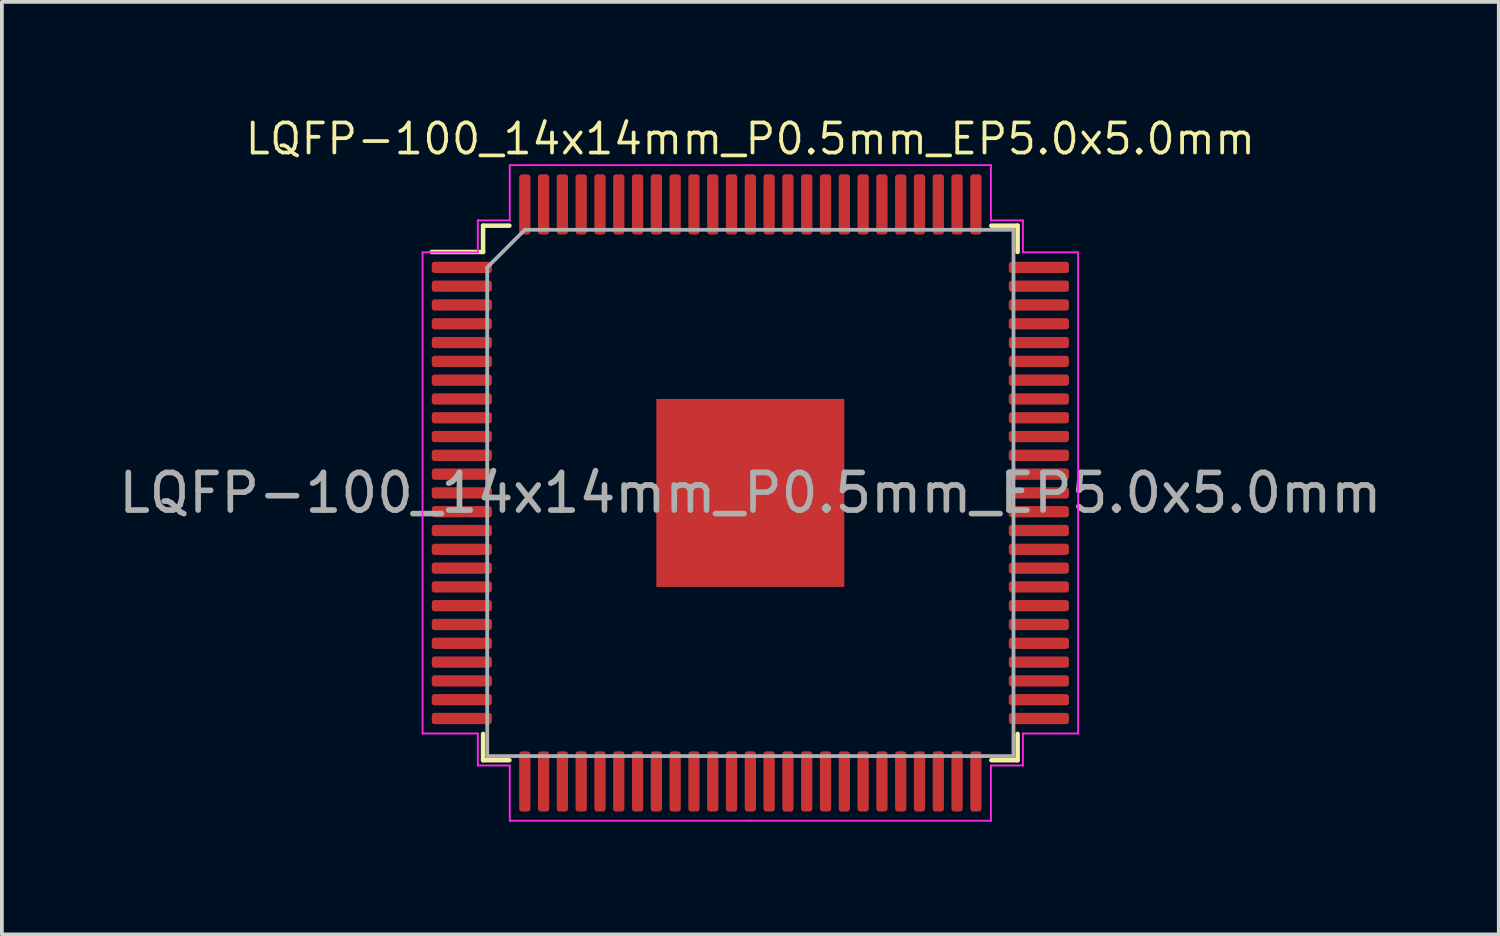
<source format=kicad_pcb>
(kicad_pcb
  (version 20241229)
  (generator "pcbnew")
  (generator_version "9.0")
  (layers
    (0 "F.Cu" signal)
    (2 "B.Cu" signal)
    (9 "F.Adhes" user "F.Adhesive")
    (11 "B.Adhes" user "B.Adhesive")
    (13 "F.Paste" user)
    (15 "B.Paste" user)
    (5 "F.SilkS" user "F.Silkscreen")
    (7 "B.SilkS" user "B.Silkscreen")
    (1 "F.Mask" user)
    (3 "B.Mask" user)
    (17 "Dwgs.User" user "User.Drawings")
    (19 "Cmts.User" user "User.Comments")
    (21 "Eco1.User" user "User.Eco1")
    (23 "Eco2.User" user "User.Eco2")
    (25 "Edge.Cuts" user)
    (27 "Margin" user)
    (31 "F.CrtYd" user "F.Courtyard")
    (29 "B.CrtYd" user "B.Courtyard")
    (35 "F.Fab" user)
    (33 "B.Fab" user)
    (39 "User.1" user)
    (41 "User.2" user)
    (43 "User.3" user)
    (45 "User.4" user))
  (footprint "LQFP-100_14x14mm_P0.5mm_EP5.0x5.0mm"
    (layer "F.Cu")
    (at 16.911 10.063)
    (property "Reference" "LQFP-100_14x14mm_P0.5mm_EP5.0x5.0mm" (at 0 -9.42 0) (unlocked yes) (layer "F.SilkS") (effects (font (size 0.8 0.8) (thickness 0.1))))
    (attr smd)
    (fp_line (start -7.11 -7.11) (end -7.11 -6.41) (stroke (width 0.12) (type solid)) (layer "F.SilkS"))
    (fp_line (start -7.11 -6.41) (end -8.475 -6.41) (stroke (width 0.12) (type solid)) (layer "F.SilkS"))
    (fp_line (start -7.11 7.11) (end -7.11 6.41) (stroke (width 0.12) (type solid)) (layer "F.SilkS"))
    (fp_line (start -6.41 -7.11) (end -7.11 -7.11) (stroke (width 0.12) (type solid)) (layer "F.SilkS"))
    (fp_line (start -6.41 7.11) (end -7.11 7.11) (stroke (width 0.12) (type solid)) (layer "F.SilkS"))
    (fp_line (start 6.41 -7.11) (end 7.11 -7.11) (stroke (width 0.12) (type solid)) (layer "F.SilkS"))
    (fp_line (start 6.41 7.11) (end 7.11 7.11) (stroke (width 0.12) (type solid)) (layer "F.SilkS"))
    (fp_line (start 7.11 -7.11) (end 7.11 -6.41) (stroke (width 0.12) (type solid)) (layer "F.SilkS"))
    (fp_line (start 7.11 7.11) (end 7.11 6.41) (stroke (width 0.12) (type solid)) (layer "F.SilkS"))
    (fp_line (start -8.72 -6.4) (end -8.72 0) (stroke (width 0.05) (type solid)) (layer "F.CrtYd"))
    (fp_line (start -8.72 6.4) (end -8.72 0) (stroke (width 0.05) (type solid)) (layer "F.CrtYd"))
    (fp_line (start -7.25 -7.25) (end -7.25 -6.4) (stroke (width 0.05) (type solid)) (layer "F.CrtYd"))
    (fp_line (start -7.25 -6.4) (end -8.72 -6.4) (stroke (width 0.05) (type solid)) (layer "F.CrtYd"))
    (fp_line (start -7.25 6.4) (end -8.72 6.4) (stroke (width 0.05) (type solid)) (layer "F.CrtYd"))
    (fp_line (start -7.25 7.25) (end -7.25 6.4) (stroke (width 0.05) (type solid)) (layer "F.CrtYd"))
    (fp_line (start -6.4 -8.72) (end -6.4 -7.25) (stroke (width 0.05) (type solid)) (layer "F.CrtYd"))
    (fp_line (start -6.4 -7.25) (end -7.25 -7.25) (stroke (width 0.05) (type solid)) (layer "F.CrtYd"))
    (fp_line (start -6.4 7.25) (end -7.25 7.25) (stroke (width 0.05) (type solid)) (layer "F.CrtYd"))
    (fp_line (start -6.4 8.72) (end -6.4 7.25) (stroke (width 0.05) (type solid)) (layer "F.CrtYd"))
    (fp_line (start 0 -8.72) (end -6.4 -8.72) (stroke (width 0.05) (type solid)) (layer "F.CrtYd"))
    (fp_line (start 0 -8.72) (end 6.4 -8.72) (stroke (width 0.05) (type solid)) (layer "F.CrtYd"))
    (fp_line (start 0 8.72) (end -6.4 8.72) (stroke (width 0.05) (type solid)) (layer "F.CrtYd"))
    (fp_line (start 0 8.72) (end 6.4 8.72) (stroke (width 0.05) (type solid)) (layer "F.CrtYd"))
    (fp_line (start 6.4 -8.72) (end 6.4 -7.25) (stroke (width 0.05) (type solid)) (layer "F.CrtYd"))
    (fp_line (start 6.4 -7.25) (end 7.25 -7.25) (stroke (width 0.05) (type solid)) (layer "F.CrtYd"))
    (fp_line (start 6.4 7.25) (end 7.25 7.25) (stroke (width 0.05) (type solid)) (layer "F.CrtYd"))
    (fp_line (start 6.4 8.72) (end 6.4 7.25) (stroke (width 0.05) (type solid)) (layer "F.CrtYd"))
    (fp_line (start 7.25 -7.25) (end 7.25 -6.4) (stroke (width 0.05) (type solid)) (layer "F.CrtYd"))
    (fp_line (start 7.25 -6.4) (end 8.72 -6.4) (stroke (width 0.05) (type solid)) (layer "F.CrtYd"))
    (fp_line (start 7.25 6.4) (end 8.72 6.4) (stroke (width 0.05) (type solid)) (layer "F.CrtYd"))
    (fp_line (start 7.25 7.25) (end 7.25 6.4) (stroke (width 0.05) (type solid)) (layer "F.CrtYd"))
    (fp_line (start 8.72 -6.4) (end 8.72 0) (stroke (width 0.05) (type solid)) (layer "F.CrtYd"))
    (fp_line (start 8.72 6.4) (end 8.72 0) (stroke (width 0.05) (type solid)) (layer "F.CrtYd"))
    (fp_line (start -7 -6) (end -6 -7) (stroke (width 0.1) (type solid)) (layer "F.Fab"))
    (fp_line (start -7 7) (end -7 -6) (stroke (width 0.1) (type solid)) (layer "F.Fab"))
    (fp_line (start -6 -7) (end 7 -7) (stroke (width 0.1) (type solid)) (layer "F.Fab"))
    (fp_line (start 7 -7) (end 7 7) (stroke (width 0.1) (type solid)) (layer "F.Fab"))
    (fp_line (start 7 7) (end -7 7) (stroke (width 0.1) (type solid)) (layer "F.Fab"))
    (fp_text user "${REFERENCE}" (at 0 0 0) (layer "F.Fab") (effects (font (size 1 1) (thickness 0.15))))
    (pad "" smd roundrect (at -1.7 -1.7) (size 1.13 1.13) (layers "F.Paste") (roundrect_rratio 0.221))
    (pad "" smd roundrect (at -1.7 0) (size 1.13 1.13) (layers "F.Paste") (roundrect_rratio 0.221))
    (pad "" smd roundrect (at -1.7 1.7) (size 1.13 1.13) (layers "F.Paste") (roundrect_rratio 0.221))
    (pad "" smd roundrect (at 0 -1.7) (size 1.13 1.13) (layers "F.Paste") (roundrect_rratio 0.221))
    (pad "" smd roundrect (at 0 0) (size 1.13 1.13) (layers "F.Paste") (roundrect_rratio 0.221))
    (pad "" smd roundrect (at 0 1.7) (size 1.13 1.13) (layers "F.Paste") (roundrect_rratio 0.221))
    (pad "" smd roundrect (at 1.7 -1.7) (size 1.13 1.13) (layers "F.Paste") (roundrect_rratio 0.221))
    (pad "" smd roundrect (at 1.7 0) (size 1.13 1.13) (layers "F.Paste") (roundrect_rratio 0.221))
    (pad "" smd roundrect (at 1.7 1.7) (size 1.13 1.13) (layers "F.Paste") (roundrect_rratio 0.221))
    (pad "1" smd roundrect (at -7.675 -6) (size 1.6 0.3) (layers "F.Cu" "F.Mask" "F.Paste") (roundrect_rratio 0.25))
    (pad "2" smd roundrect (at -7.675 -5.5) (size 1.6 0.3) (layers "F.Cu" "F.Mask" "F.Paste") (roundrect_rratio 0.25))
    (pad "3" smd roundrect (at -7.675 -5) (size 1.6 0.3) (layers "F.Cu" "F.Mask" "F.Paste") (roundrect_rratio 0.25))
    (pad "4" smd roundrect (at -7.675 -4.5) (size 1.6 0.3) (layers "F.Cu" "F.Mask" "F.Paste") (roundrect_rratio 0.25))
    (pad "5" smd roundrect (at -7.675 -4) (size 1.6 0.3) (layers "F.Cu" "F.Mask" "F.Paste") (roundrect_rratio 0.25))
    (pad "6" smd roundrect (at -7.675 -3.5) (size 1.6 0.3) (layers "F.Cu" "F.Mask" "F.Paste") (roundrect_rratio 0.25))
    (pad "7" smd roundrect (at -7.675 -3) (size 1.6 0.3) (layers "F.Cu" "F.Mask" "F.Paste") (roundrect_rratio 0.25))
    (pad "8" smd roundrect (at -7.675 -2.5) (size 1.6 0.3) (layers "F.Cu" "F.Mask" "F.Paste") (roundrect_rratio 0.25))
    (pad "9" smd roundrect (at -7.675 -2) (size 1.6 0.3) (layers "F.Cu" "F.Mask" "F.Paste") (roundrect_rratio 0.25))
    (pad "10" smd roundrect (at -7.675 -1.5) (size 1.6 0.3) (layers "F.Cu" "F.Mask" "F.Paste") (roundrect_rratio 0.25))
    (pad "11" smd roundrect (at -7.675 -1) (size 1.6 0.3) (layers "F.Cu" "F.Mask" "F.Paste") (roundrect_rratio 0.25))
    (pad "12" smd roundrect (at -7.675 -0.5) (size 1.6 0.3) (layers "F.Cu" "F.Mask" "F.Paste") (roundrect_rratio 0.25))
    (pad "13" smd roundrect (at -7.675 0) (size 1.6 0.3) (layers "F.Cu" "F.Mask" "F.Paste") (roundrect_rratio 0.25))
    (pad "14" smd roundrect (at -7.675 0.5) (size 1.6 0.3) (layers "F.Cu" "F.Mask" "F.Paste") (roundrect_rratio 0.25))
    (pad "15" smd roundrect (at -7.675 1) (size 1.6 0.3) (layers "F.Cu" "F.Mask" "F.Paste") (roundrect_rratio 0.25))
    (pad "16" smd roundrect (at -7.675 1.5) (size 1.6 0.3) (layers "F.Cu" "F.Mask" "F.Paste") (roundrect_rratio 0.25))
    (pad "17" smd roundrect (at -7.675 2) (size 1.6 0.3) (layers "F.Cu" "F.Mask" "F.Paste") (roundrect_rratio 0.25))
    (pad "18" smd roundrect (at -7.675 2.5) (size 1.6 0.3) (layers "F.Cu" "F.Mask" "F.Paste") (roundrect_rratio 0.25))
    (pad "19" smd roundrect (at -7.675 3) (size 1.6 0.3) (layers "F.Cu" "F.Mask" "F.Paste") (roundrect_rratio 0.25))
    (pad "20" smd roundrect (at -7.675 3.5) (size 1.6 0.3) (layers "F.Cu" "F.Mask" "F.Paste") (roundrect_rratio 0.25))
    (pad "21" smd roundrect (at -7.675 4) (size 1.6 0.3) (layers "F.Cu" "F.Mask" "F.Paste") (roundrect_rratio 0.25))
    (pad "22" smd roundrect (at -7.675 4.5) (size 1.6 0.3) (layers "F.Cu" "F.Mask" "F.Paste") (roundrect_rratio 0.25))
    (pad "23" smd roundrect (at -7.675 5) (size 1.6 0.3) (layers "F.Cu" "F.Mask" "F.Paste") (roundrect_rratio 0.25))
    (pad "24" smd roundrect (at -7.675 5.5) (size 1.6 0.3) (layers "F.Cu" "F.Mask" "F.Paste") (roundrect_rratio 0.25))
    (pad "25" smd roundrect (at -7.675 6) (size 1.6 0.3) (layers "F.Cu" "F.Mask" "F.Paste") (roundrect_rratio 0.25))
    (pad "26" smd roundrect (at -6 7.675) (size 0.3 1.6) (layers "F.Cu" "F.Mask" "F.Paste") (roundrect_rratio 0.25))
    (pad "27" smd roundrect (at -5.5 7.675) (size 0.3 1.6) (layers "F.Cu" "F.Mask" "F.Paste") (roundrect_rratio 0.25))
    (pad "28" smd roundrect (at -5 7.675) (size 0.3 1.6) (layers "F.Cu" "F.Mask" "F.Paste") (roundrect_rratio 0.25))
    (pad "29" smd roundrect (at -4.5 7.675) (size 0.3 1.6) (layers "F.Cu" "F.Mask" "F.Paste") (roundrect_rratio 0.25))
    (pad "30" smd roundrect (at -4 7.675) (size 0.3 1.6) (layers "F.Cu" "F.Mask" "F.Paste") (roundrect_rratio 0.25))
    (pad "31" smd roundrect (at -3.5 7.675) (size 0.3 1.6) (layers "F.Cu" "F.Mask" "F.Paste") (roundrect_rratio 0.25))
    (pad "32" smd roundrect (at -3 7.675) (size 0.3 1.6) (layers "F.Cu" "F.Mask" "F.Paste") (roundrect_rratio 0.25))
    (pad "33" smd roundrect (at -2.5 7.675) (size 0.3 1.6) (layers "F.Cu" "F.Mask" "F.Paste") (roundrect_rratio 0.25))
    (pad "34" smd roundrect (at -2 7.675) (size 0.3 1.6) (layers "F.Cu" "F.Mask" "F.Paste") (roundrect_rratio 0.25))
    (pad "35" smd roundrect (at -1.5 7.675) (size 0.3 1.6) (layers "F.Cu" "F.Mask" "F.Paste") (roundrect_rratio 0.25))
    (pad "36" smd roundrect (at -1 7.675) (size 0.3 1.6) (layers "F.Cu" "F.Mask" "F.Paste") (roundrect_rratio 0.25))
    (pad "37" smd roundrect (at -0.5 7.675) (size 0.3 1.6) (layers "F.Cu" "F.Mask" "F.Paste") (roundrect_rratio 0.25))
    (pad "38" smd roundrect (at 0 7.675) (size 0.3 1.6) (layers "F.Cu" "F.Mask" "F.Paste") (roundrect_rratio 0.25))
    (pad "39" smd roundrect (at 0.5 7.675) (size 0.3 1.6) (layers "F.Cu" "F.Mask" "F.Paste") (roundrect_rratio 0.25))
    (pad "40" smd roundrect (at 1 7.675) (size 0.3 1.6) (layers "F.Cu" "F.Mask" "F.Paste") (roundrect_rratio 0.25))
    (pad "41" smd roundrect (at 1.5 7.675) (size 0.3 1.6) (layers "F.Cu" "F.Mask" "F.Paste") (roundrect_rratio 0.25))
    (pad "42" smd roundrect (at 2 7.675) (size 0.3 1.6) (layers "F.Cu" "F.Mask" "F.Paste") (roundrect_rratio 0.25))
    (pad "43" smd roundrect (at 2.5 7.675) (size 0.3 1.6) (layers "F.Cu" "F.Mask" "F.Paste") (roundrect_rratio 0.25))
    (pad "44" smd roundrect (at 3 7.675) (size 0.3 1.6) (layers "F.Cu" "F.Mask" "F.Paste") (roundrect_rratio 0.25))
    (pad "45" smd roundrect (at 3.5 7.675) (size 0.3 1.6) (layers "F.Cu" "F.Mask" "F.Paste") (roundrect_rratio 0.25))
    (pad "46" smd roundrect (at 4 7.675) (size 0.3 1.6) (layers "F.Cu" "F.Mask" "F.Paste") (roundrect_rratio 0.25))
    (pad "47" smd roundrect (at 4.5 7.675) (size 0.3 1.6) (layers "F.Cu" "F.Mask" "F.Paste") (roundrect_rratio 0.25))
    (pad "48" smd roundrect (at 5 7.675) (size 0.3 1.6) (layers "F.Cu" "F.Mask" "F.Paste") (roundrect_rratio 0.25))
    (pad "49" smd roundrect (at 5.5 7.675) (size 0.3 1.6) (layers "F.Cu" "F.Mask" "F.Paste") (roundrect_rratio 0.25))
    (pad "50" smd roundrect (at 6 7.675) (size 0.3 1.6) (layers "F.Cu" "F.Mask" "F.Paste") (roundrect_rratio 0.25))
    (pad "51" smd roundrect (at 7.675 6) (size 1.6 0.3) (layers "F.Cu" "F.Mask" "F.Paste") (roundrect_rratio 0.25))
    (pad "52" smd roundrect (at 7.675 5.5) (size 1.6 0.3) (layers "F.Cu" "F.Mask" "F.Paste") (roundrect_rratio 0.25))
    (pad "53" smd roundrect (at 7.675 5) (size 1.6 0.3) (layers "F.Cu" "F.Mask" "F.Paste") (roundrect_rratio 0.25))
    (pad "54" smd roundrect (at 7.675 4.5) (size 1.6 0.3) (layers "F.Cu" "F.Mask" "F.Paste") (roundrect_rratio 0.25))
    (pad "55" smd roundrect (at 7.675 4) (size 1.6 0.3) (layers "F.Cu" "F.Mask" "F.Paste") (roundrect_rratio 0.25))
    (pad "56" smd roundrect (at 7.675 3.5) (size 1.6 0.3) (layers "F.Cu" "F.Mask" "F.Paste") (roundrect_rratio 0.25))
    (pad "57" smd roundrect (at 7.675 3) (size 1.6 0.3) (layers "F.Cu" "F.Mask" "F.Paste") (roundrect_rratio 0.25))
    (pad "58" smd roundrect (at 7.675 2.5) (size 1.6 0.3) (layers "F.Cu" "F.Mask" "F.Paste") (roundrect_rratio 0.25))
    (pad "59" smd roundrect (at 7.675 2) (size 1.6 0.3) (layers "F.Cu" "F.Mask" "F.Paste") (roundrect_rratio 0.25))
    (pad "60" smd roundrect (at 7.675 1.5) (size 1.6 0.3) (layers "F.Cu" "F.Mask" "F.Paste") (roundrect_rratio 0.25))
    (pad "61" smd roundrect (at 7.675 1) (size 1.6 0.3) (layers "F.Cu" "F.Mask" "F.Paste") (roundrect_rratio 0.25))
    (pad "62" smd roundrect (at 7.675 0.5) (size 1.6 0.3) (layers "F.Cu" "F.Mask" "F.Paste") (roundrect_rratio 0.25))
    (pad "63" smd roundrect (at 7.675 0) (size 1.6 0.3) (layers "F.Cu" "F.Mask" "F.Paste") (roundrect_rratio 0.25))
    (pad "64" smd roundrect (at 7.675 -0.5) (size 1.6 0.3) (layers "F.Cu" "F.Mask" "F.Paste") (roundrect_rratio 0.25))
    (pad "65" smd roundrect (at 7.675 -1) (size 1.6 0.3) (layers "F.Cu" "F.Mask" "F.Paste") (roundrect_rratio 0.25))
    (pad "66" smd roundrect (at 7.675 -1.5) (size 1.6 0.3) (layers "F.Cu" "F.Mask" "F.Paste") (roundrect_rratio 0.25))
    (pad "67" smd roundrect (at 7.675 -2) (size 1.6 0.3) (layers "F.Cu" "F.Mask" "F.Paste") (roundrect_rratio 0.25))
    (pad "68" smd roundrect (at 7.675 -2.5) (size 1.6 0.3) (layers "F.Cu" "F.Mask" "F.Paste") (roundrect_rratio 0.25))
    (pad "69" smd roundrect (at 7.675 -3) (size 1.6 0.3) (layers "F.Cu" "F.Mask" "F.Paste") (roundrect_rratio 0.25))
    (pad "70" smd roundrect (at 7.675 -3.5) (size 1.6 0.3) (layers "F.Cu" "F.Mask" "F.Paste") (roundrect_rratio 0.25))
    (pad "71" smd roundrect (at 7.675 -4) (size 1.6 0.3) (layers "F.Cu" "F.Mask" "F.Paste") (roundrect_rratio 0.25))
    (pad "72" smd roundrect (at 7.675 -4.5) (size 1.6 0.3) (layers "F.Cu" "F.Mask" "F.Paste") (roundrect_rratio 0.25))
    (pad "73" smd roundrect (at 7.675 -5) (size 1.6 0.3) (layers "F.Cu" "F.Mask" "F.Paste") (roundrect_rratio 0.25))
    (pad "74" smd roundrect (at 7.675 -5.5) (size 1.6 0.3) (layers "F.Cu" "F.Mask" "F.Paste") (roundrect_rratio 0.25))
    (pad "75" smd roundrect (at 7.675 -6) (size 1.6 0.3) (layers "F.Cu" "F.Mask" "F.Paste") (roundrect_rratio 0.25))
    (pad "76" smd roundrect (at 6 -7.675) (size 0.3 1.6) (layers "F.Cu" "F.Mask" "F.Paste") (roundrect_rratio 0.25))
    (pad "77" smd roundrect (at 5.5 -7.675) (size 0.3 1.6) (layers "F.Cu" "F.Mask" "F.Paste") (roundrect_rratio 0.25))
    (pad "78" smd roundrect (at 5 -7.675) (size 0.3 1.6) (layers "F.Cu" "F.Mask" "F.Paste") (roundrect_rratio 0.25))
    (pad "79" smd roundrect (at 4.5 -7.675) (size 0.3 1.6) (layers "F.Cu" "F.Mask" "F.Paste") (roundrect_rratio 0.25))
    (pad "80" smd roundrect (at 4 -7.675) (size 0.3 1.6) (layers "F.Cu" "F.Mask" "F.Paste") (roundrect_rratio 0.25))
    (pad "81" smd roundrect (at 3.5 -7.675) (size 0.3 1.6) (layers "F.Cu" "F.Mask" "F.Paste") (roundrect_rratio 0.25))
    (pad "82" smd roundrect (at 3 -7.675) (size 0.3 1.6) (layers "F.Cu" "F.Mask" "F.Paste") (roundrect_rratio 0.25))
    (pad "83" smd roundrect (at 2.5 -7.675) (size 0.3 1.6) (layers "F.Cu" "F.Mask" "F.Paste") (roundrect_rratio 0.25))
    (pad "84" smd roundrect (at 2 -7.675) (size 0.3 1.6) (layers "F.Cu" "F.Mask" "F.Paste") (roundrect_rratio 0.25))
    (pad "85" smd roundrect (at 1.5 -7.675) (size 0.3 1.6) (layers "F.Cu" "F.Mask" "F.Paste") (roundrect_rratio 0.25))
    (pad "86" smd roundrect (at 1 -7.675) (size 0.3 1.6) (layers "F.Cu" "F.Mask" "F.Paste") (roundrect_rratio 0.25))
    (pad "87" smd roundrect (at 0.5 -7.675) (size 0.3 1.6) (layers "F.Cu" "F.Mask" "F.Paste") (roundrect_rratio 0.25))
    (pad "88" smd roundrect (at 0 -7.675) (size 0.3 1.6) (layers "F.Cu" "F.Mask" "F.Paste") (roundrect_rratio 0.25))
    (pad "89" smd roundrect (at -0.5 -7.675) (size 0.3 1.6) (layers "F.Cu" "F.Mask" "F.Paste") (roundrect_rratio 0.25))
    (pad "90" smd roundrect (at -1 -7.675) (size 0.3 1.6) (layers "F.Cu" "F.Mask" "F.Paste") (roundrect_rratio 0.25))
    (pad "91" smd roundrect (at -1.5 -7.675) (size 0.3 1.6) (layers "F.Cu" "F.Mask" "F.Paste") (roundrect_rratio 0.25))
    (pad "92" smd roundrect (at -2 -7.675) (size 0.3 1.6) (layers "F.Cu" "F.Mask" "F.Paste") (roundrect_rratio 0.25))
    (pad "93" smd roundrect (at -2.5 -7.675) (size 0.3 1.6) (layers "F.Cu" "F.Mask" "F.Paste") (roundrect_rratio 0.25))
    (pad "94" smd roundrect (at -3 -7.675) (size 0.3 1.6) (layers "F.Cu" "F.Mask" "F.Paste") (roundrect_rratio 0.25))
    (pad "95" smd roundrect (at -3.5 -7.675) (size 0.3 1.6) (layers "F.Cu" "F.Mask" "F.Paste") (roundrect_rratio 0.25))
    (pad "96" smd roundrect (at -4 -7.675) (size 0.3 1.6) (layers "F.Cu" "F.Mask" "F.Paste") (roundrect_rratio 0.25))
    (pad "97" smd roundrect (at -4.5 -7.675) (size 0.3 1.6) (layers "F.Cu" "F.Mask" "F.Paste") (roundrect_rratio 0.25))
    (pad "98" smd roundrect (at -5 -7.675) (size 0.3 1.6) (layers "F.Cu" "F.Mask" "F.Paste") (roundrect_rratio 0.25))
    (pad "99" smd roundrect (at -5.5 -7.675) (size 0.3 1.6) (layers "F.Cu" "F.Mask" "F.Paste") (roundrect_rratio 0.25))
    (pad "100" smd roundrect (at -6 -7.675) (size 0.3 1.6) (layers "F.Cu" "F.Mask" "F.Paste") (roundrect_rratio 0.25))
    (pad "101" smd rect (at 0 0 90) (size 5 5) (layers "F.Cu" "F.Mask")))
  (gr_rect
    (start -3 -3)
    (end 36.821 21.808)
    (stroke (width 0.1) (type default))
    (fill no)
    (layer "Edge.Cuts")))
</source>
